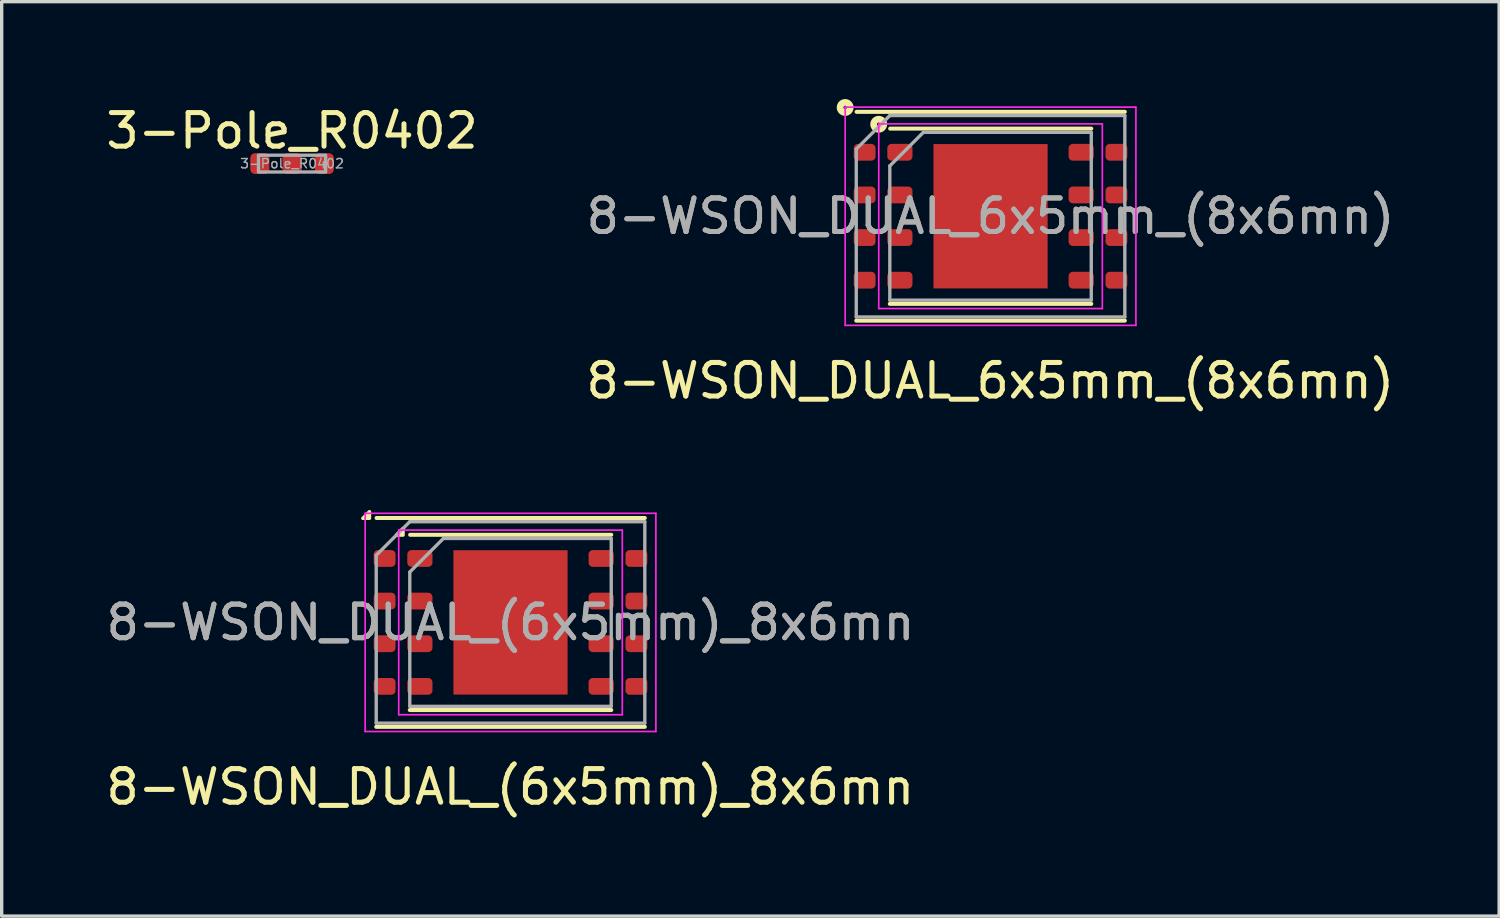
<source format=kicad_pcb>
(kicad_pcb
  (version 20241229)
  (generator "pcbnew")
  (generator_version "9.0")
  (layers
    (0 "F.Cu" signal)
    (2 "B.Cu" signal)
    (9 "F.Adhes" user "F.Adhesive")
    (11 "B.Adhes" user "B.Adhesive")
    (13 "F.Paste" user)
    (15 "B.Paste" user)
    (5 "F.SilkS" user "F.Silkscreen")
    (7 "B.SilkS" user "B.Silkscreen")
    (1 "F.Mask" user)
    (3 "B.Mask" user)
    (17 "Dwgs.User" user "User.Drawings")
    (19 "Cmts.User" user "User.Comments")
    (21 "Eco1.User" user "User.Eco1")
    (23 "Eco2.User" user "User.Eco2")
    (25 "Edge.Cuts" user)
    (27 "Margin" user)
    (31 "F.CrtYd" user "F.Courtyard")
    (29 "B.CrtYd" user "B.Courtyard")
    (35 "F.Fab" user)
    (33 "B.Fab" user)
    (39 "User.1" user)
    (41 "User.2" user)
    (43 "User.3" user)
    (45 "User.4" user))
  (footprint "3-Pole_R0402"
    (layer "F.Cu")
    (at 5.649 1.823)
    (property "Reference" "3-Pole_R0402" (at 0 -0.975 0) (unlocked yes) (layer "F.SilkS") (effects (font (size 1 1) (thickness 0.15))))
    (attr smd)
    (fp_rect (start -1 -0.25) (end 1 0.25) (stroke (width 0.1) (type solid)) (fill no) (layer "F.Fab"))
    (fp_text user "${REFERENCE}" (at 0 0 0) (unlocked yes) (layer "F.Fab") (effects (font (size 0.28 0.28) (thickness 0.042))))
    (pad "1" smd roundrect (at -0.96 0) (size 0.57 0.62) (layers "F.Cu" "F.Mask" "F.Paste") (roundrect_rratio 0.25))
    (pad "2" smd roundrect (at 0 0) (size 0.57 0.62) (layers "F.Cu" "F.Mask" "F.Paste") (roundrect_rratio 0.25))
    (pad "3" smd roundrect (at 0.96 0 180) (size 0.57 0.62) (layers "F.Cu" "F.Mask" "F.Paste") (roundrect_rratio 0.25)))
  (footprint "8-WSON_DUAL_(6x5mm)_8x6mn"
    (layer "F.Cu")
    (at 12.156 15.489)
    (property "Reference" "8-WSON_DUAL_(6x5mm)_8x6mn" (at -0.007 4.9 0) (unlocked yes) (layer "F.SilkS") (effects (font (size 1 1) (thickness 0.15))))
    (attr smd)
    (fp_line (start -4 3.11) (end 4 3.11) (stroke (width 0.12) (type solid)) (layer "F.SilkS"))
    (fp_line (start -3.99 -3.11) (end 4 -3.11) (stroke (width 0.12) (type solid)) (layer "F.SilkS"))
    (fp_line (start -3 2.61) (end 3 2.61) (stroke (width 0.12) (type solid)) (layer "F.SilkS"))
    (fp_line (start -2.99 -2.61) (end 3 -2.61) (stroke (width 0.12) (type solid)) (layer "F.SilkS"))
    (fp_poly (pts (xy -4.2 -3.1) (xy -4.2 -3.3) (xy -4.4 -3.1)) (stroke (width 0.1) (type solid)) (fill yes) (layer "F.SilkS"))
    (fp_poly (pts (xy -3.2 -2.6) (xy -3.2 -2.8) (xy -3.4 -2.6)) (stroke (width 0.1) (type solid)) (fill yes) (layer "F.SilkS"))
    (fp_line (start -4.33 -3.25) (end -4.33 3.25) (stroke (width 0.05) (type solid)) (layer "F.CrtYd"))
    (fp_line (start -4.33 3.25) (end 4.33 3.25) (stroke (width 0.05) (type solid)) (layer "F.CrtYd"))
    (fp_line (start -3.33 -2.75) (end -3.33 2.75) (stroke (width 0.05) (type solid)) (layer "F.CrtYd"))
    (fp_line (start -3.33 2.75) (end 3.33 2.75) (stroke (width 0.05) (type solid)) (layer "F.CrtYd"))
    (fp_line (start 3.33 -2.75) (end -3.33 -2.75) (stroke (width 0.05) (type solid)) (layer "F.CrtYd"))
    (fp_line (start 3.33 2.75) (end 3.33 -2.75) (stroke (width 0.05) (type solid)) (layer "F.CrtYd"))
    (fp_line (start 4.33 -3.25) (end -4.33 -3.25) (stroke (width 0.05) (type solid)) (layer "F.CrtYd"))
    (fp_line (start 4.33 3.25) (end 4.33 -3.25) (stroke (width 0.05) (type solid)) (layer "F.CrtYd"))
    (fp_line (start -4 -2) (end -3 -3) (stroke (width 0.1) (type solid)) (layer "F.Fab"))
    (fp_line (start -4 3) (end -4 -2) (stroke (width 0.1) (type solid)) (layer "F.Fab"))
    (fp_line (start -3 -3) (end 4 -3) (stroke (width 0.1) (type solid)) (layer "F.Fab"))
    (fp_line (start -3 -1.5) (end -2 -2.5) (stroke (width 0.1) (type solid)) (layer "F.Fab"))
    (fp_line (start -3 2.5) (end -3 -1.5) (stroke (width 0.1) (type solid)) (layer "F.Fab"))
    (fp_line (start -2 -2.5) (end 3 -2.5) (stroke (width 0.1) (type solid)) (layer "F.Fab"))
    (fp_line (start 3 -2.5) (end 3 2.5) (stroke (width 0.1) (type solid)) (layer "F.Fab"))
    (fp_line (start 3 2.5) (end -3 2.5) (stroke (width 0.1) (type solid)) (layer "F.Fab"))
    (fp_line (start 4 -3) (end 4 3) (stroke (width 0.1) (type solid)) (layer "F.Fab"))
    (fp_line (start 4 3) (end -4 3) (stroke (width 0.1) (type solid)) (layer "F.Fab"))
    (fp_text user "${REFERENCE}" (at 0 0 0) (layer "F.Fab") (effects (font (size 1 1) (thickness 0.15))))
    (fp_text user "${REFERENCE}" (at 0 0 0) (layer "F.Fab") (effects (font (size 1 1) (thickness 0.15))))
    (pad "" smd roundrect (at -0.85 -1.075) (size 1.37 1.73) (layers "F.Paste") (roundrect_rratio 0.182))
    (pad "" smd roundrect (at -0.85 1.075) (size 1.37 1.73) (layers "F.Paste") (roundrect_rratio 0.182))
    (pad "" smd roundrect (at 0.85 -1.075) (size 1.37 1.73) (layers "F.Paste") (roundrect_rratio 0.182))
    (pad "" smd roundrect (at 0.85 1.075) (size 1.37 1.73) (layers "F.Paste") (roundrect_rratio 0.182))
    (pad "" smd roundrect (at 0.85 1.075) (size 1.37 1.73) (layers "F.Paste") (roundrect_rratio 0.182))
    (pad "1" smd roundrect (at -3.75 -1.905) (size 0.65 0.5) (layers "F.Cu" "F.Mask" "F.Paste") (roundrect_rratio 0.25))
    (pad "1" smd roundrect (at -2.7 -1.905) (size 0.75 0.5) (layers "F.Cu" "F.Mask" "F.Paste") (roundrect_rratio 0.25))
    (pad "2" smd roundrect (at -3.75 -0.635) (size 0.65 0.5) (layers "F.Cu" "F.Mask" "F.Paste") (roundrect_rratio 0.25))
    (pad "2" smd roundrect (at -2.7 -0.635) (size 0.75 0.5) (layers "F.Cu" "F.Mask" "F.Paste") (roundrect_rratio 0.25))
    (pad "3" smd roundrect (at -3.75 0.635) (size 0.65 0.5) (layers "F.Cu" "F.Mask" "F.Paste") (roundrect_rratio 0.25))
    (pad "3" smd roundrect (at -2.7 0.635) (size 0.75 0.5) (layers "F.Cu" "F.Mask" "F.Paste") (roundrect_rratio 0.25))
    (pad "4" smd roundrect (at -3.75 1.905) (size 0.65 0.5) (layers "F.Cu" "F.Mask" "F.Paste") (roundrect_rratio 0.25))
    (pad "4" smd roundrect (at -2.7 1.905) (size 0.75 0.5) (layers "F.Cu" "F.Mask" "F.Paste") (roundrect_rratio 0.25))
    (pad "5" smd roundrect (at 2.7 1.905) (size 0.75 0.5) (layers "F.Cu" "F.Mask" "F.Paste") (roundrect_rratio 0.25))
    (pad "5" smd roundrect (at 3.75 1.905) (size 0.65 0.5) (layers "F.Cu" "F.Mask" "F.Paste") (roundrect_rratio 0.25))
    (pad "6" smd roundrect (at 2.7 0.635) (size 0.75 0.5) (layers "F.Cu" "F.Mask" "F.Paste") (roundrect_rratio 0.25))
    (pad "6" smd roundrect (at 3.75 0.635) (size 0.65 0.5) (layers "F.Cu" "F.Mask" "F.Paste") (roundrect_rratio 0.25))
    (pad "7" smd roundrect (at 2.7 -0.635) (size 0.75 0.5) (layers "F.Cu" "F.Mask" "F.Paste") (roundrect_rratio 0.25))
    (pad "7" smd roundrect (at 3.75 -0.635) (size 0.65 0.5) (layers "F.Cu" "F.Mask" "F.Paste") (roundrect_rratio 0.25))
    (pad "8" smd roundrect (at 2.7 -1.905) (size 0.75 0.5) (layers "F.Cu" "F.Mask" "F.Paste") (roundrect_rratio 0.25))
    (pad "8" smd roundrect (at 3.75 -1.905) (size 0.65 0.5) (layers "F.Cu" "F.Mask" "F.Paste") (roundrect_rratio 0.25))
    (pad "9" smd rect (at 0 0) (size 3.4 4.3) (property pad_prop_heatsink) (layers "F.Cu" "F.Mask")))
  (footprint "8-WSON_DUAL_6x5mm_(8x6mn)"
    (layer "F.Cu")
    (at 26.454 3.391)
    (property "Reference" "8-WSON_DUAL_6x5mm_(8x6mn)" (at -0.007 4.9 0) (unlocked yes) (layer "F.SilkS") (effects (font (size 1 1) (thickness 0.15))))
    (attr smd)
    (fp_line (start -4 3.11) (end 4 3.11) (stroke (width 0.12) (type solid)) (layer "F.SilkS"))
    (fp_line (start -3.99 -3.11) (end 4 -3.11) (stroke (width 0.12) (type solid)) (layer "F.SilkS"))
    (fp_line (start -3 2.61) (end 3 2.61) (stroke (width 0.12) (type solid)) (layer "F.SilkS"))
    (fp_line (start -2.99 -2.61) (end 3 -2.61) (stroke (width 0.12) (type solid)) (layer "F.SilkS"))
    (fp_circle (center -4.33 -3.24) (end -4.279 -3.24) (stroke (width 0.2) (type default)) (fill no) (layer "F.SilkS"))
    (fp_circle (center -3.331 -2.74) (end -3.28 -2.74) (stroke (width 0.2) (type default)) (fill no) (layer "F.SilkS"))
    (fp_line (start -4.33 -3.25) (end -4.33 3.25) (stroke (width 0.05) (type solid)) (layer "F.CrtYd"))
    (fp_line (start -4.33 3.25) (end 4.33 3.25) (stroke (width 0.05) (type default)) (layer "F.CrtYd"))
    (fp_line (start -3.33 -2.75) (end -3.33 2.75) (stroke (width 0.05) (type solid)) (layer "F.CrtYd"))
    (fp_line (start -3.33 2.75) (end 3.33 2.75) (stroke (width 0.05) (type solid)) (layer "F.CrtYd"))
    (fp_line (start 3.33 -2.75) (end -3.33 -2.75) (stroke (width 0.05) (type solid)) (layer "F.CrtYd"))
    (fp_line (start 3.33 2.75) (end 3.33 -2.75) (stroke (width 0.05) (type solid)) (layer "F.CrtYd"))
    (fp_line (start 4.33 -3.25) (end -4.33 -3.25) (stroke (width 0.05) (type solid)) (layer "F.CrtYd"))
    (fp_line (start 4.33 3.25) (end 4.33 -3.25) (stroke (width 0.05) (type solid)) (layer "F.CrtYd"))
    (fp_line (start -4 -2) (end -3 -3) (stroke (width 0.1) (type solid)) (layer "F.Fab"))
    (fp_line (start -4 3) (end -4 -2) (stroke (width 0.1) (type solid)) (layer "F.Fab"))
    (fp_line (start -3 -3) (end 4 -3) (stroke (width 0.1) (type solid)) (layer "F.Fab"))
    (fp_line (start -3 -1.5) (end -2 -2.5) (stroke (width 0.1) (type solid)) (layer "F.Fab"))
    (fp_line (start -3 2.5) (end -3 -1.5) (stroke (width 0.1) (type solid)) (layer "F.Fab"))
    (fp_line (start -2 -2.5) (end 3 -2.5) (stroke (width 0.1) (type solid)) (layer "F.Fab"))
    (fp_line (start 3 -2.5) (end 3 2.5) (stroke (width 0.1) (type solid)) (layer "F.Fab"))
    (fp_line (start 3 2.5) (end -3 2.5) (stroke (width 0.1) (type solid)) (layer "F.Fab"))
    (fp_line (start 4 -3) (end 4 3) (stroke (width 0.1) (type solid)) (layer "F.Fab"))
    (fp_line (start 4 3) (end -4 3) (stroke (width 0.1) (type solid)) (layer "F.Fab"))
    (fp_text user "${REFERENCE}" (at 0 0 0) (layer "F.Fab") (effects (font (size 1 1) (thickness 0.15))))
    (fp_text user "${REFERENCE}" (at 0 0 0) (layer "F.Fab") (effects (font (size 1 1) (thickness 0.15))))
    (pad "" smd roundrect (at -0.85 -1.075) (size 1.37 1.73) (layers "F.Paste") (roundrect_rratio 0.182))
    (pad "" smd roundrect (at -0.85 1.075) (size 1.37 1.73) (layers "F.Paste") (roundrect_rratio 0.182))
    (pad "" smd roundrect (at 0.85 -1.075) (size 1.37 1.73) (layers "F.Paste") (roundrect_rratio 0.182))
    (pad "" smd roundrect (at 0.85 1.075) (size 1.37 1.73) (layers "F.Paste") (roundrect_rratio 0.182))
    (pad "" smd roundrect (at 0.85 1.075) (size 1.37 1.73) (layers "F.Paste") (roundrect_rratio 0.182))
    (pad "1" smd roundrect (at -3.75 -1.905) (size 0.65 0.5) (layers "F.Cu" "F.Mask" "F.Paste") (roundrect_rratio 0.25))
    (pad "1" smd roundrect (at -2.7 -1.905) (size 0.75 0.5) (layers "F.Cu" "F.Mask" "F.Paste") (roundrect_rratio 0.25))
    (pad "2" smd roundrect (at -3.75 -0.635) (size 0.65 0.5) (layers "F.Cu" "F.Mask" "F.Paste") (roundrect_rratio 0.25))
    (pad "2" smd roundrect (at -2.7 -0.635) (size 0.75 0.5) (layers "F.Cu" "F.Mask" "F.Paste") (roundrect_rratio 0.25))
    (pad "3" smd roundrect (at -3.75 0.635) (size 0.65 0.5) (layers "F.Cu" "F.Mask" "F.Paste") (roundrect_rratio 0.25))
    (pad "3" smd roundrect (at -2.7 0.635) (size 0.75 0.5) (layers "F.Cu" "F.Mask" "F.Paste") (roundrect_rratio 0.25))
    (pad "4" smd roundrect (at -3.75 1.905) (size 0.65 0.5) (layers "F.Cu" "F.Mask" "F.Paste") (roundrect_rratio 0.25))
    (pad "4" smd roundrect (at -2.7 1.905) (size 0.75 0.5) (layers "F.Cu" "F.Mask" "F.Paste") (roundrect_rratio 0.25))
    (pad "5" smd roundrect (at 2.7 1.905) (size 0.75 0.5) (layers "F.Cu" "F.Mask" "F.Paste") (roundrect_rratio 0.25))
    (pad "5" smd roundrect (at 3.75 1.905) (size 0.65 0.5) (layers "F.Cu" "F.Mask" "F.Paste") (roundrect_rratio 0.25))
    (pad "6" smd roundrect (at 2.7 0.635) (size 0.75 0.5) (layers "F.Cu" "F.Mask" "F.Paste") (roundrect_rratio 0.25))
    (pad "6" smd roundrect (at 3.75 0.635) (size 0.65 0.5) (layers "F.Cu" "F.Mask" "F.Paste") (roundrect_rratio 0.25))
    (pad "7" smd roundrect (at 2.7 -0.635) (size 0.75 0.5) (layers "F.Cu" "F.Mask" "F.Paste") (roundrect_rratio 0.25))
    (pad "7" smd roundrect (at 3.75 -0.635) (size 0.65 0.5) (layers "F.Cu" "F.Mask" "F.Paste") (roundrect_rratio 0.25))
    (pad "8" smd roundrect (at 2.7 -1.905) (size 0.75 0.5) (layers "F.Cu" "F.Mask" "F.Paste") (roundrect_rratio 0.25))
    (pad "8" smd roundrect (at 3.75 -1.905) (size 0.65 0.5) (layers "F.Cu" "F.Mask" "F.Paste") (roundrect_rratio 0.25))
    (pad "9" smd rect (at 0 0) (size 3.4 4.3) (property pad_prop_heatsink) (layers "F.Cu" "F.Mask")))
  (gr_rect
    (start -3 -3)
    (end 41.603 24.237)
    (stroke (width 0.1) (type default))
    (fill no)
    (layer "Edge.Cuts")))
</source>
